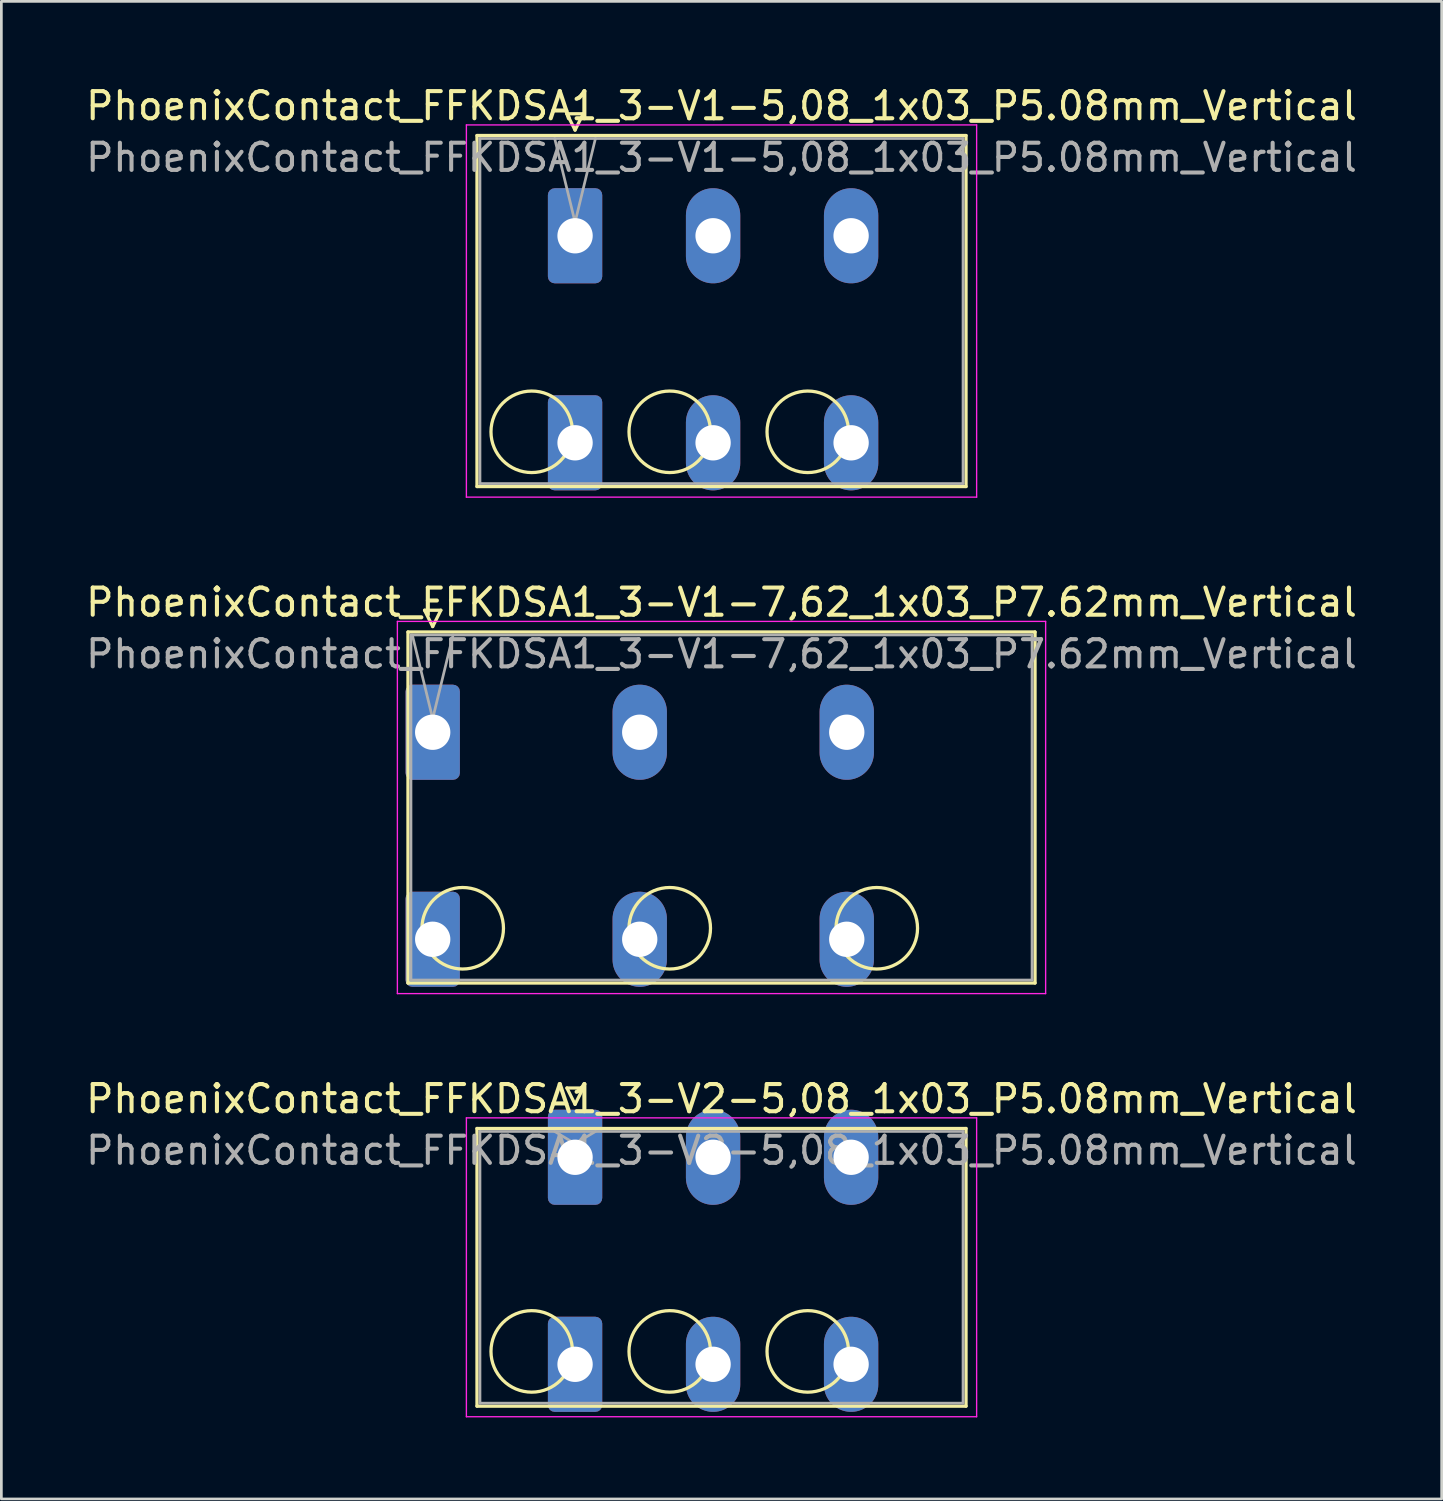
<source format=kicad_pcb>
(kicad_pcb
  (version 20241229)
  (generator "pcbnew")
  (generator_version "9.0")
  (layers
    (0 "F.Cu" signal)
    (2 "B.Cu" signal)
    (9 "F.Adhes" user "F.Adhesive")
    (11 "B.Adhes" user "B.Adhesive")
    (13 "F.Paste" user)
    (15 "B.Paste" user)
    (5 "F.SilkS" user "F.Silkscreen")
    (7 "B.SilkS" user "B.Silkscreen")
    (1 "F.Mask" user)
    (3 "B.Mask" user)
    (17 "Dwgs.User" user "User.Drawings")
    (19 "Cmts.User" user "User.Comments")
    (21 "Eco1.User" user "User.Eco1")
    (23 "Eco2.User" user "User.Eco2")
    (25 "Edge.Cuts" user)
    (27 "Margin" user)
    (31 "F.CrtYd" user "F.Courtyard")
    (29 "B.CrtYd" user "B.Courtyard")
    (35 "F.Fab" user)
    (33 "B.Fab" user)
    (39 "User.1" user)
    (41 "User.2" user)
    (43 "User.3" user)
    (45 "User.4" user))
  (footprint "PhoenixContact_FFKDSA1_3-V2-5,08_1x03_P5.08mm_Vertical"
    (layer "F.Cu")
    (at 18.116 39.545)
    (property "Reference" "PhoenixContact_FFKDSA1_3-V2-5,08_1x03_P5.08mm_Vertical" (at 5.39 -2.15 0) (layer "F.SilkS") (effects (font (size 1 1) (thickness 0.15))))
    (attr through_hole)
    (fp_line (start -3.61 -1.06) (end -3.61 9.16) (stroke (width 0.12) (type solid)) (layer "F.SilkS"))
    (fp_line (start -3.61 9.16) (end 14.39 9.16) (stroke (width 0.12) (type solid)) (layer "F.SilkS"))
    (fp_line (start -0.3 -2.55) (end 0.3 -2.55) (stroke (width 0.12) (type solid)) (layer "F.SilkS"))
    (fp_line (start 0 -1.95) (end -0.3 -2.55) (stroke (width 0.12) (type solid)) (layer "F.SilkS"))
    (fp_line (start 0.3 -2.55) (end 0 -1.95) (stroke (width 0.12) (type solid)) (layer "F.SilkS"))
    (fp_line (start 14.39 -1.06) (end -3.61 -1.06) (stroke (width 0.12) (type solid)) (layer "F.SilkS"))
    (fp_line (start 14.39 9.16) (end 14.39 -1.06) (stroke (width 0.12) (type solid)) (layer "F.SilkS"))
    (fp_circle (center -1.595 7.145) (end -0.095 7.145) (stroke (width 0.12) (type solid)) (fill no) (layer "F.SilkS"))
    (fp_circle (center 3.485 7.145) (end 4.985 7.145) (stroke (width 0.12) (type solid)) (fill no) (layer "F.SilkS"))
    (fp_circle (center 8.565 7.145) (end 10.065 7.145) (stroke (width 0.12) (type solid)) (fill no) (layer "F.SilkS"))
    (fp_line (start -4 -1.45) (end -4 9.55) (stroke (width 0.05) (type solid)) (layer "F.CrtYd"))
    (fp_line (start -4 9.55) (end 14.78 9.55) (stroke (width 0.05) (type solid)) (layer "F.CrtYd"))
    (fp_line (start 14.78 -1.45) (end -4 -1.45) (stroke (width 0.05) (type solid)) (layer "F.CrtYd"))
    (fp_line (start 14.78 9.55) (end 14.78 -1.45) (stroke (width 0.05) (type solid)) (layer "F.CrtYd"))
    (fp_line (start -3.5 -0.95) (end -3.5 9.05) (stroke (width 0.1) (type solid)) (layer "F.Fab"))
    (fp_line (start -3.5 9.05) (end 14.28 9.05) (stroke (width 0.1) (type solid)) (layer "F.Fab"))
    (fp_line (start 0 -0.5) (end -0.75 -0.95) (stroke (width 0.1) (type solid)) (layer "F.Fab"))
    (fp_line (start 0.75 -0.95) (end 0 -0.5) (stroke (width 0.1) (type solid)) (layer "F.Fab"))
    (fp_line (start 14.28 -0.95) (end -3.5 -0.95) (stroke (width 0.1) (type solid)) (layer "F.Fab"))
    (fp_line (start 14.28 9.05) (end 14.28 -0.95) (stroke (width 0.1) (type solid)) (layer "F.Fab"))
    (fp_text user "${REFERENCE}" (at 5.39 -0.25 0) (layer "F.Fab") (effects (font (size 1 1) (thickness 0.15))))
    (pad "1" thru_hole roundrect (at 0 0) (size 2 3.5) (drill 1.3) (layers "*.Cu" "*.Mask") (roundrect_rratio 0.125))
    (pad "1" thru_hole roundrect (at 0 7.62) (size 2 3.5) (drill 1.3) (layers "*.Cu" "*.Mask") (roundrect_rratio 0.125))
    (pad "2" thru_hole oval (at 5.08 0) (size 2 3.5) (drill 1.3) (layers "*.Cu" "*.Mask"))
    (pad "2" thru_hole oval (at 5.08 7.62) (size 2 3.5) (drill 1.3) (layers "*.Cu" "*.Mask"))
    (pad "3" thru_hole oval (at 10.16 0) (size 2 3.5) (drill 1.3) (layers "*.Cu" "*.Mask"))
    (pad "3" thru_hole oval (at 10.16 7.62) (size 2 3.5) (drill 1.3) (layers "*.Cu" "*.Mask")))
  (footprint "PhoenixContact_FFKDSA1_3-V1-7,62_1x03_P7.62mm_Vertical"
    (layer "F.Cu")
    (at 12.876 23.901)
    (property "Reference" "PhoenixContact_FFKDSA1_3-V1-7,62_1x03_P7.62mm_Vertical" (at 10.63 -4.78 0) (layer "F.SilkS") (effects (font (size 1 1) (thickness 0.15))))
    (attr through_hole)
    (fp_line (start -0.91 -3.69) (end -0.91 9.23) (stroke (width 0.12) (type solid)) (layer "F.SilkS"))
    (fp_line (start -0.91 9.23) (end 22.17 9.23) (stroke (width 0.12) (type solid)) (layer "F.SilkS"))
    (fp_line (start -0.3 -4.49) (end 0.3 -4.49) (stroke (width 0.12) (type solid)) (layer "F.SilkS"))
    (fp_line (start 0 -3.89) (end -0.3 -4.49) (stroke (width 0.12) (type solid)) (layer "F.SilkS"))
    (fp_line (start 0.3 -4.49) (end 0 -3.89) (stroke (width 0.12) (type solid)) (layer "F.SilkS"))
    (fp_line (start 22.17 -3.69) (end -0.91 -3.69) (stroke (width 0.12) (type solid)) (layer "F.SilkS"))
    (fp_line (start 22.17 9.23) (end 22.17 -3.69) (stroke (width 0.12) (type solid)) (layer "F.SilkS"))
    (fp_circle (center 1.105 7.215) (end 2.605 7.215) (stroke (width 0.12) (type solid)) (fill no) (layer "F.SilkS"))
    (fp_circle (center 8.725 7.215) (end 10.225 7.215) (stroke (width 0.12) (type solid)) (fill no) (layer "F.SilkS"))
    (fp_circle (center 16.345 7.215) (end 17.845 7.215) (stroke (width 0.12) (type solid)) (fill no) (layer "F.SilkS"))
    (fp_line (start -1.3 -4.08) (end -1.3 9.62) (stroke (width 0.05) (type solid)) (layer "F.CrtYd"))
    (fp_line (start -1.3 9.62) (end 22.56 9.62) (stroke (width 0.05) (type solid)) (layer "F.CrtYd"))
    (fp_line (start 22.56 -4.08) (end -1.3 -4.08) (stroke (width 0.05) (type solid)) (layer "F.CrtYd"))
    (fp_line (start 22.56 9.62) (end 22.56 -4.08) (stroke (width 0.05) (type solid)) (layer "F.CrtYd"))
    (fp_line (start -0.8 -3.58) (end -0.8 9.12) (stroke (width 0.1) (type solid)) (layer "F.Fab"))
    (fp_line (start -0.8 9.12) (end 22.06 9.12) (stroke (width 0.1) (type solid)) (layer "F.Fab"))
    (fp_line (start 0 -0.5) (end -0.75 -3.58) (stroke (width 0.1) (type solid)) (layer "F.Fab"))
    (fp_line (start 0.75 -3.58) (end 0 -0.5) (stroke (width 0.1) (type solid)) (layer "F.Fab"))
    (fp_line (start 22.06 -3.58) (end -0.8 -3.58) (stroke (width 0.1) (type solid)) (layer "F.Fab"))
    (fp_line (start 22.06 9.12) (end 22.06 -3.58) (stroke (width 0.1) (type solid)) (layer "F.Fab"))
    (fp_text user "${REFERENCE}" (at 10.63 -2.88 0) (layer "F.Fab") (effects (font (size 1 1) (thickness 0.15))))
    (pad "1" thru_hole roundrect (at 0 0) (size 2 3.5) (drill 1.3) (layers "*.Cu" "*.Mask") (roundrect_rratio 0.125))
    (pad "1" thru_hole roundrect (at 0 7.62) (size 2 3.5) (drill 1.3) (layers "*.Cu" "*.Mask") (roundrect_rratio 0.125))
    (pad "2" thru_hole oval (at 7.62 0) (size 2 3.5) (drill 1.3) (layers "*.Cu" "*.Mask"))
    (pad "2" thru_hole oval (at 7.62 7.62) (size 2 3.5) (drill 1.3) (layers "*.Cu" "*.Mask"))
    (pad "3" thru_hole oval (at 15.24 0) (size 2 3.5) (drill 1.3) (layers "*.Cu" "*.Mask"))
    (pad "3" thru_hole oval (at 15.24 7.62) (size 2 3.5) (drill 1.3) (layers "*.Cu" "*.Mask")))
  (footprint "PhoenixContact_FFKDSA1_3-V1-5,08_1x03_P5.08mm_Vertical"
    (layer "F.Cu")
    (at 18.116 5.628)
    (property "Reference" "PhoenixContact_FFKDSA1_3-V1-5,08_1x03_P5.08mm_Vertical" (at 5.39 -4.78 0) (layer "F.SilkS") (effects (font (size 1 1) (thickness 0.15))))
    (attr through_hole)
    (fp_line (start -3.61 -3.69) (end -3.61 9.23) (stroke (width 0.12) (type solid)) (layer "F.SilkS"))
    (fp_line (start -3.61 9.23) (end 14.39 9.23) (stroke (width 0.12) (type solid)) (layer "F.SilkS"))
    (fp_line (start -0.3 -4.49) (end 0.3 -4.49) (stroke (width 0.12) (type solid)) (layer "F.SilkS"))
    (fp_line (start 0 -3.89) (end -0.3 -4.49) (stroke (width 0.12) (type solid)) (layer "F.SilkS"))
    (fp_line (start 0.3 -4.49) (end 0 -3.89) (stroke (width 0.12) (type solid)) (layer "F.SilkS"))
    (fp_line (start 14.39 -3.69) (end -3.61 -3.69) (stroke (width 0.12) (type solid)) (layer "F.SilkS"))
    (fp_line (start 14.39 9.23) (end 14.39 -3.69) (stroke (width 0.12) (type solid)) (layer "F.SilkS"))
    (fp_circle (center -1.595 7.215) (end -0.095 7.215) (stroke (width 0.12) (type solid)) (fill no) (layer "F.SilkS"))
    (fp_circle (center 3.485 7.215) (end 4.985 7.215) (stroke (width 0.12) (type solid)) (fill no) (layer "F.SilkS"))
    (fp_circle (center 8.565 7.215) (end 10.065 7.215) (stroke (width 0.12) (type solid)) (fill no) (layer "F.SilkS"))
    (fp_line (start -4 -4.08) (end -4 9.62) (stroke (width 0.05) (type solid)) (layer "F.CrtYd"))
    (fp_line (start -4 9.62) (end 14.78 9.62) (stroke (width 0.05) (type solid)) (layer "F.CrtYd"))
    (fp_line (start 14.78 -4.08) (end -4 -4.08) (stroke (width 0.05) (type solid)) (layer "F.CrtYd"))
    (fp_line (start 14.78 9.62) (end 14.78 -4.08) (stroke (width 0.05) (type solid)) (layer "F.CrtYd"))
    (fp_line (start -3.5 -3.58) (end -3.5 9.12) (stroke (width 0.1) (type solid)) (layer "F.Fab"))
    (fp_line (start -3.5 9.12) (end 14.28 9.12) (stroke (width 0.1) (type solid)) (layer "F.Fab"))
    (fp_line (start 0 -0.5) (end -0.75 -3.58) (stroke (width 0.1) (type solid)) (layer "F.Fab"))
    (fp_line (start 0.75 -3.58) (end 0 -0.5) (stroke (width 0.1) (type solid)) (layer "F.Fab"))
    (fp_line (start 14.28 -3.58) (end -3.5 -3.58) (stroke (width 0.1) (type solid)) (layer "F.Fab"))
    (fp_line (start 14.28 9.12) (end 14.28 -3.58) (stroke (width 0.1) (type solid)) (layer "F.Fab"))
    (fp_text user "${REFERENCE}" (at 5.39 -2.88 0) (layer "F.Fab") (effects (font (size 1 1) (thickness 0.15))))
    (pad "1" thru_hole roundrect (at 0 0) (size 2 3.5) (drill 1.3) (layers "*.Cu" "*.Mask") (roundrect_rratio 0.125))
    (pad "1" thru_hole roundrect (at 0 7.62) (size 2 3.5) (drill 1.3) (layers "*.Cu" "*.Mask") (roundrect_rratio 0.125))
    (pad "2" thru_hole oval (at 5.08 0) (size 2 3.5) (drill 1.3) (layers "*.Cu" "*.Mask"))
    (pad "2" thru_hole oval (at 5.08 7.62) (size 2 3.5) (drill 1.3) (layers "*.Cu" "*.Mask"))
    (pad "3" thru_hole oval (at 10.16 0) (size 2 3.5) (drill 1.3) (layers "*.Cu" "*.Mask"))
    (pad "3" thru_hole oval (at 10.16 7.62) (size 2 3.5) (drill 1.3) (layers "*.Cu" "*.Mask")))
  (gr_rect
    (start -3 -3)
    (end 50.012 52.12)
    (stroke (width 0.1) (type default))
    (fill no)
    (layer "Edge.Cuts")))
</source>
